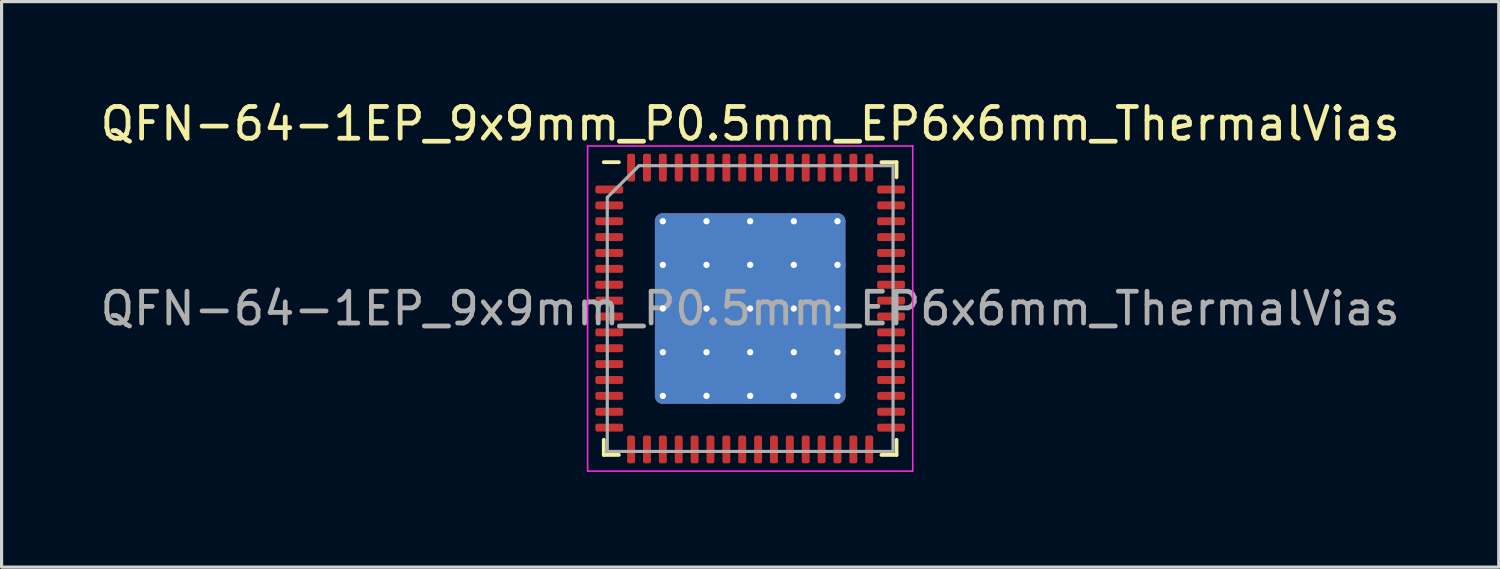
<source format=kicad_pcb>
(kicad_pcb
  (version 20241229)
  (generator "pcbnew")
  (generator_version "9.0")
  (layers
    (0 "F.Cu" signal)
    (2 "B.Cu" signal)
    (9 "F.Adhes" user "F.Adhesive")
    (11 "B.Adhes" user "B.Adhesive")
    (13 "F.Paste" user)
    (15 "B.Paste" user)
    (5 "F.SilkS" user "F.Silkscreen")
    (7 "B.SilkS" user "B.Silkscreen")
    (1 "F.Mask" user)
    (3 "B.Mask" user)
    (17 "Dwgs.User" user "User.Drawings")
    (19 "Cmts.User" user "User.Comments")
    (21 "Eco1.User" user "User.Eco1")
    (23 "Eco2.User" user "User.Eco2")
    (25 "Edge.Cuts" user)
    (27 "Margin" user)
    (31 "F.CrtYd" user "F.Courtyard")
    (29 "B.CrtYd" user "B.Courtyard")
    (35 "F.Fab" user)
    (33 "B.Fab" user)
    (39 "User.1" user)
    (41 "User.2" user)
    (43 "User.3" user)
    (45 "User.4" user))
  (footprint "QFN-64-1EP_9x9mm_P0.5mm_EP6x6mm_ThermalVias"
    (layer "F.Cu")
    (at 20.577 6.668)
    (property "Reference" "QFN-64-1EP_9x9mm_P0.5mm_EP6x6mm_ThermalVias" (at 0 -5.82 0) (layer "F.SilkS") (effects (font (size 1 1) (thickness 0.15))))
    (attr smd)
    (fp_line (start -4.61 4.61) (end -4.61 4.135) (stroke (width 0.12) (type solid)) (layer "F.SilkS"))
    (fp_line (start -4.135 -4.61) (end -4.61 -4.61) (stroke (width 0.12) (type solid)) (layer "F.SilkS"))
    (fp_line (start -4.135 4.61) (end -4.61 4.61) (stroke (width 0.12) (type solid)) (layer "F.SilkS"))
    (fp_line (start 4.135 -4.61) (end 4.61 -4.61) (stroke (width 0.12) (type solid)) (layer "F.SilkS"))
    (fp_line (start 4.135 4.61) (end 4.61 4.61) (stroke (width 0.12) (type solid)) (layer "F.SilkS"))
    (fp_line (start 4.61 -4.61) (end 4.61 -4.135) (stroke (width 0.12) (type solid)) (layer "F.SilkS"))
    (fp_line (start 4.61 4.61) (end 4.61 4.135) (stroke (width 0.12) (type solid)) (layer "F.SilkS"))
    (fp_line (start -5.12 -5.12) (end -5.12 5.12) (stroke (width 0.05) (type solid)) (layer "F.CrtYd"))
    (fp_line (start -5.12 5.12) (end 5.12 5.12) (stroke (width 0.05) (type solid)) (layer "F.CrtYd"))
    (fp_line (start 5.12 -5.12) (end -5.12 -5.12) (stroke (width 0.05) (type solid)) (layer "F.CrtYd"))
    (fp_line (start 5.12 5.12) (end 5.12 -5.12) (stroke (width 0.05) (type solid)) (layer "F.CrtYd"))
    (fp_line (start -4.5 -3.5) (end -3.5 -4.5) (stroke (width 0.1) (type solid)) (layer "F.Fab"))
    (fp_line (start -4.5 4.5) (end -4.5 -3.5) (stroke (width 0.1) (type solid)) (layer "F.Fab"))
    (fp_line (start -3.5 -4.5) (end 4.5 -4.5) (stroke (width 0.1) (type solid)) (layer "F.Fab"))
    (fp_line (start 4.5 -4.5) (end 4.5 4.5) (stroke (width 0.1) (type solid)) (layer "F.Fab"))
    (fp_line (start 4.5 4.5) (end -4.5 4.5) (stroke (width 0.1) (type solid)) (layer "F.Fab"))
    (fp_text user "${REFERENCE}" (at 0 0 0) (layer "F.Fab") (effects (font (size 1 1) (thickness 0.15))))
    (pad "" smd roundrect (at -2.062 -2.062) (size 1.209 1.209) (layers "F.Paste") (roundrect_rratio 0.207))
    (pad "" smd roundrect (at -2.062 -0.688) (size 1.209 1.209) (layers "F.Paste") (roundrect_rratio 0.207))
    (pad "" smd roundrect (at -2.062 0.688) (size 1.209 1.209) (layers "F.Paste") (roundrect_rratio 0.207))
    (pad "" smd roundrect (at -2.062 2.062) (size 1.209 1.209) (layers "F.Paste") (roundrect_rratio 0.207))
    (pad "" smd roundrect (at -0.688 -2.062) (size 1.209 1.209) (layers "F.Paste") (roundrect_rratio 0.207))
    (pad "" smd roundrect (at -0.688 -0.688) (size 1.209 1.209) (layers "F.Paste") (roundrect_rratio 0.207))
    (pad "" smd roundrect (at -0.688 0.688) (size 1.209 1.209) (layers "F.Paste") (roundrect_rratio 0.207))
    (pad "" smd roundrect (at -0.688 2.062) (size 1.209 1.209) (layers "F.Paste") (roundrect_rratio 0.207))
    (pad "" smd roundrect (at 0.688 -2.062) (size 1.209 1.209) (layers "F.Paste") (roundrect_rratio 0.207))
    (pad "" smd roundrect (at 0.688 -0.688) (size 1.209 1.209) (layers "F.Paste") (roundrect_rratio 0.207))
    (pad "" smd roundrect (at 0.688 0.688) (size 1.209 1.209) (layers "F.Paste") (roundrect_rratio 0.207))
    (pad "" smd roundrect (at 0.688 2.062) (size 1.209 1.209) (layers "F.Paste") (roundrect_rratio 0.207))
    (pad "" smd roundrect (at 2.062 -2.062) (size 1.209 1.209) (layers "F.Paste") (roundrect_rratio 0.207))
    (pad "" smd roundrect (at 2.062 -0.688) (size 1.209 1.209) (layers "F.Paste") (roundrect_rratio 0.207))
    (pad "" smd roundrect (at 2.062 0.688) (size 1.209 1.209) (layers "F.Paste") (roundrect_rratio 0.207))
    (pad "" smd roundrect (at 2.062 2.062) (size 1.209 1.209) (layers "F.Paste") (roundrect_rratio 0.207))
    (pad "1" smd roundrect (at -4.438 -3.75) (size 0.875 0.25) (layers "F.Cu" "F.Mask" "F.Paste") (roundrect_rratio 0.25))
    (pad "2" smd roundrect (at -4.438 -3.25) (size 0.875 0.25) (layers "F.Cu" "F.Mask" "F.Paste") (roundrect_rratio 0.25))
    (pad "3" smd roundrect (at -4.438 -2.75) (size 0.875 0.25) (layers "F.Cu" "F.Mask" "F.Paste") (roundrect_rratio 0.25))
    (pad "4" smd roundrect (at -4.438 -2.25) (size 0.875 0.25) (layers "F.Cu" "F.Mask" "F.Paste") (roundrect_rratio 0.25))
    (pad "5" smd roundrect (at -4.438 -1.75) (size 0.875 0.25) (layers "F.Cu" "F.Mask" "F.Paste") (roundrect_rratio 0.25))
    (pad "6" smd roundrect (at -4.438 -1.25) (size 0.875 0.25) (layers "F.Cu" "F.Mask" "F.Paste") (roundrect_rratio 0.25))
    (pad "7" smd roundrect (at -4.438 -0.75) (size 0.875 0.25) (layers "F.Cu" "F.Mask" "F.Paste") (roundrect_rratio 0.25))
    (pad "8" smd roundrect (at -4.438 -0.25) (size 0.875 0.25) (layers "F.Cu" "F.Mask" "F.Paste") (roundrect_rratio 0.25))
    (pad "9" smd roundrect (at -4.438 0.25) (size 0.875 0.25) (layers "F.Cu" "F.Mask" "F.Paste") (roundrect_rratio 0.25))
    (pad "10" smd roundrect (at -4.438 0.75) (size 0.875 0.25) (layers "F.Cu" "F.Mask" "F.Paste") (roundrect_rratio 0.25))
    (pad "11" smd roundrect (at -4.438 1.25) (size 0.875 0.25) (layers "F.Cu" "F.Mask" "F.Paste") (roundrect_rratio 0.25))
    (pad "12" smd roundrect (at -4.438 1.75) (size 0.875 0.25) (layers "F.Cu" "F.Mask" "F.Paste") (roundrect_rratio 0.25))
    (pad "13" smd roundrect (at -4.438 2.25) (size 0.875 0.25) (layers "F.Cu" "F.Mask" "F.Paste") (roundrect_rratio 0.25))
    (pad "14" smd roundrect (at -4.438 2.75) (size 0.875 0.25) (layers "F.Cu" "F.Mask" "F.Paste") (roundrect_rratio 0.25))
    (pad "15" smd roundrect (at -4.438 3.25) (size 0.875 0.25) (layers "F.Cu" "F.Mask" "F.Paste") (roundrect_rratio 0.25))
    (pad "16" smd roundrect (at -4.438 3.75) (size 0.875 0.25) (layers "F.Cu" "F.Mask" "F.Paste") (roundrect_rratio 0.25))
    (pad "17" smd roundrect (at -3.75 4.438) (size 0.25 0.875) (layers "F.Cu" "F.Mask" "F.Paste") (roundrect_rratio 0.25))
    (pad "18" smd roundrect (at -3.25 4.438) (size 0.25 0.875) (layers "F.Cu" "F.Mask" "F.Paste") (roundrect_rratio 0.25))
    (pad "19" smd roundrect (at -2.75 4.438) (size 0.25 0.875) (layers "F.Cu" "F.Mask" "F.Paste") (roundrect_rratio 0.25))
    (pad "20" smd roundrect (at -2.25 4.438) (size 0.25 0.875) (layers "F.Cu" "F.Mask" "F.Paste") (roundrect_rratio 0.25))
    (pad "21" smd roundrect (at -1.75 4.438) (size 0.25 0.875) (layers "F.Cu" "F.Mask" "F.Paste") (roundrect_rratio 0.25))
    (pad "22" smd roundrect (at -1.25 4.438) (size 0.25 0.875) (layers "F.Cu" "F.Mask" "F.Paste") (roundrect_rratio 0.25))
    (pad "23" smd roundrect (at -0.75 4.438) (size 0.25 0.875) (layers "F.Cu" "F.Mask" "F.Paste") (roundrect_rratio 0.25))
    (pad "24" smd roundrect (at -0.25 4.438) (size 0.25 0.875) (layers "F.Cu" "F.Mask" "F.Paste") (roundrect_rratio 0.25))
    (pad "25" smd roundrect (at 0.25 4.438) (size 0.25 0.875) (layers "F.Cu" "F.Mask" "F.Paste") (roundrect_rratio 0.25))
    (pad "26" smd roundrect (at 0.75 4.438) (size 0.25 0.875) (layers "F.Cu" "F.Mask" "F.Paste") (roundrect_rratio 0.25))
    (pad "27" smd roundrect (at 1.25 4.438) (size 0.25 0.875) (layers "F.Cu" "F.Mask" "F.Paste") (roundrect_rratio 0.25))
    (pad "28" smd roundrect (at 1.75 4.438) (size 0.25 0.875) (layers "F.Cu" "F.Mask" "F.Paste") (roundrect_rratio 0.25))
    (pad "29" smd roundrect (at 2.25 4.438) (size 0.25 0.875) (layers "F.Cu" "F.Mask" "F.Paste") (roundrect_rratio 0.25))
    (pad "30" smd roundrect (at 2.75 4.438) (size 0.25 0.875) (layers "F.Cu" "F.Mask" "F.Paste") (roundrect_rratio 0.25))
    (pad "31" smd roundrect (at 3.25 4.438) (size 0.25 0.875) (layers "F.Cu" "F.Mask" "F.Paste") (roundrect_rratio 0.25))
    (pad "32" smd roundrect (at 3.75 4.438) (size 0.25 0.875) (layers "F.Cu" "F.Mask" "F.Paste") (roundrect_rratio 0.25))
    (pad "33" smd roundrect (at 4.438 3.75) (size 0.875 0.25) (layers "F.Cu" "F.Mask" "F.Paste") (roundrect_rratio 0.25))
    (pad "34" smd roundrect (at 4.438 3.25) (size 0.875 0.25) (layers "F.Cu" "F.Mask" "F.Paste") (roundrect_rratio 0.25))
    (pad "35" smd roundrect (at 4.438 2.75) (size 0.875 0.25) (layers "F.Cu" "F.Mask" "F.Paste") (roundrect_rratio 0.25))
    (pad "36" smd roundrect (at 4.438 2.25) (size 0.875 0.25) (layers "F.Cu" "F.Mask" "F.Paste") (roundrect_rratio 0.25))
    (pad "37" smd roundrect (at 4.438 1.75) (size 0.875 0.25) (layers "F.Cu" "F.Mask" "F.Paste") (roundrect_rratio 0.25))
    (pad "38" smd roundrect (at 4.438 1.25) (size 0.875 0.25) (layers "F.Cu" "F.Mask" "F.Paste") (roundrect_rratio 0.25))
    (pad "39" smd roundrect (at 4.438 0.75) (size 0.875 0.25) (layers "F.Cu" "F.Mask" "F.Paste") (roundrect_rratio 0.25))
    (pad "40" smd roundrect (at 4.438 0.25) (size 0.875 0.25) (layers "F.Cu" "F.Mask" "F.Paste") (roundrect_rratio 0.25))
    (pad "41" smd roundrect (at 4.438 -0.25) (size 0.875 0.25) (layers "F.Cu" "F.Mask" "F.Paste") (roundrect_rratio 0.25))
    (pad "42" smd roundrect (at 4.438 -0.75) (size 0.875 0.25) (layers "F.Cu" "F.Mask" "F.Paste") (roundrect_rratio 0.25))
    (pad "43" smd roundrect (at 4.438 -1.25) (size 0.875 0.25) (layers "F.Cu" "F.Mask" "F.Paste") (roundrect_rratio 0.25))
    (pad "44" smd roundrect (at 4.438 -1.75) (size 0.875 0.25) (layers "F.Cu" "F.Mask" "F.Paste") (roundrect_rratio 0.25))
    (pad "45" smd roundrect (at 4.438 -2.25) (size 0.875 0.25) (layers "F.Cu" "F.Mask" "F.Paste") (roundrect_rratio 0.25))
    (pad "46" smd roundrect (at 4.438 -2.75) (size 0.875 0.25) (layers "F.Cu" "F.Mask" "F.Paste") (roundrect_rratio 0.25))
    (pad "47" smd roundrect (at 4.438 -3.25) (size 0.875 0.25) (layers "F.Cu" "F.Mask" "F.Paste") (roundrect_rratio 0.25))
    (pad "48" smd roundrect (at 4.438 -3.75) (size 0.875 0.25) (layers "F.Cu" "F.Mask" "F.Paste") (roundrect_rratio 0.25))
    (pad "49" smd roundrect (at 3.75 -4.438) (size 0.25 0.875) (layers "F.Cu" "F.Mask" "F.Paste") (roundrect_rratio 0.25))
    (pad "50" smd roundrect (at 3.25 -4.438) (size 0.25 0.875) (layers "F.Cu" "F.Mask" "F.Paste") (roundrect_rratio 0.25))
    (pad "51" smd roundrect (at 2.75 -4.438) (size 0.25 0.875) (layers "F.Cu" "F.Mask" "F.Paste") (roundrect_rratio 0.25))
    (pad "52" smd roundrect (at 2.25 -4.438) (size 0.25 0.875) (layers "F.Cu" "F.Mask" "F.Paste") (roundrect_rratio 0.25))
    (pad "53" smd roundrect (at 1.75 -4.438) (size 0.25 0.875) (layers "F.Cu" "F.Mask" "F.Paste") (roundrect_rratio 0.25))
    (pad "54" smd roundrect (at 1.25 -4.438) (size 0.25 0.875) (layers "F.Cu" "F.Mask" "F.Paste") (roundrect_rratio 0.25))
    (pad "55" smd roundrect (at 0.75 -4.438) (size 0.25 0.875) (layers "F.Cu" "F.Mask" "F.Paste") (roundrect_rratio 0.25))
    (pad "56" smd roundrect (at 0.25 -4.438) (size 0.25 0.875) (layers "F.Cu" "F.Mask" "F.Paste") (roundrect_rratio 0.25))
    (pad "57" smd roundrect (at -0.25 -4.438) (size 0.25 0.875) (layers "F.Cu" "F.Mask" "F.Paste") (roundrect_rratio 0.25))
    (pad "58" smd roundrect (at -0.75 -4.438) (size 0.25 0.875) (layers "F.Cu" "F.Mask" "F.Paste") (roundrect_rratio 0.25))
    (pad "59" smd roundrect (at -1.25 -4.438) (size 0.25 0.875) (layers "F.Cu" "F.Mask" "F.Paste") (roundrect_rratio 0.25))
    (pad "60" smd roundrect (at -1.75 -4.438) (size 0.25 0.875) (layers "F.Cu" "F.Mask" "F.Paste") (roundrect_rratio 0.25))
    (pad "61" smd roundrect (at -2.25 -4.438) (size 0.25 0.875) (layers "F.Cu" "F.Mask" "F.Paste") (roundrect_rratio 0.25))
    (pad "62" smd roundrect (at -2.75 -4.438) (size 0.25 0.875) (layers "F.Cu" "F.Mask" "F.Paste") (roundrect_rratio 0.25))
    (pad "63" smd roundrect (at -3.25 -4.438) (size 0.25 0.875) (layers "F.Cu" "F.Mask" "F.Paste") (roundrect_rratio 0.25))
    (pad "64" smd roundrect (at -3.75 -4.438) (size 0.25 0.875) (layers "F.Cu" "F.Mask" "F.Paste") (roundrect_rratio 0.25))
    (pad "65" thru_hole circle (at -2.75 -2.75) (size 0.5 0.5) (drill 0.2) (layers "*.Cu"))
    (pad "65" thru_hole circle (at -2.75 -1.375) (size 0.5 0.5) (drill 0.2) (layers "*.Cu"))
    (pad "65" thru_hole circle (at -2.75 0) (size 0.5 0.5) (drill 0.2) (layers "*.Cu"))
    (pad "65" thru_hole circle (at -2.75 1.375) (size 0.5 0.5) (drill 0.2) (layers "*.Cu"))
    (pad "65" thru_hole circle (at -2.75 2.75) (size 0.5 0.5) (drill 0.2) (layers "*.Cu"))
    (pad "65" thru_hole circle (at -1.375 -2.75) (size 0.5 0.5) (drill 0.2) (layers "*.Cu"))
    (pad "65" thru_hole circle (at -1.375 -1.375) (size 0.5 0.5) (drill 0.2) (layers "*.Cu"))
    (pad "65" thru_hole circle (at -1.375 0) (size 0.5 0.5) (drill 0.2) (layers "*.Cu"))
    (pad "65" thru_hole circle (at -1.375 1.375) (size 0.5 0.5) (drill 0.2) (layers "*.Cu"))
    (pad "65" thru_hole circle (at -1.375 2.75) (size 0.5 0.5) (drill 0.2) (layers "*.Cu"))
    (pad "65" thru_hole circle (at 0 -2.75) (size 0.5 0.5) (drill 0.2) (layers "*.Cu"))
    (pad "65" thru_hole circle (at 0 -1.375) (size 0.5 0.5) (drill 0.2) (layers "*.Cu"))
    (pad "65" thru_hole circle (at 0 0) (size 0.5 0.5) (drill 0.2) (layers "*.Cu"))
    (pad "65" smd roundrect (at 0 0) (size 6 6) (layers "F.Cu" "F.Mask") (roundrect_rratio 0.042))
    (pad "65" smd roundrect (at 0 0) (size 6 6) (layers "B.Cu") (roundrect_rratio 0.042))
    (pad "65" thru_hole circle (at 0 1.375) (size 0.5 0.5) (drill 0.2) (layers "*.Cu"))
    (pad "65" thru_hole circle (at 0 2.75) (size 0.5 0.5) (drill 0.2) (layers "*.Cu"))
    (pad "65" thru_hole circle (at 1.375 -2.75) (size 0.5 0.5) (drill 0.2) (layers "*.Cu"))
    (pad "65" thru_hole circle (at 1.375 -1.375) (size 0.5 0.5) (drill 0.2) (layers "*.Cu"))
    (pad "65" thru_hole circle (at 1.375 0) (size 0.5 0.5) (drill 0.2) (layers "*.Cu"))
    (pad "65" thru_hole circle (at 1.375 1.375) (size 0.5 0.5) (drill 0.2) (layers "*.Cu"))
    (pad "65" thru_hole circle (at 1.375 2.75) (size 0.5 0.5) (drill 0.2) (layers "*.Cu"))
    (pad "65" thru_hole circle (at 2.75 -2.75) (size 0.5 0.5) (drill 0.2) (layers "*.Cu"))
    (pad "65" thru_hole circle (at 2.75 -1.375) (size 0.5 0.5) (drill 0.2) (layers "*.Cu"))
    (pad "65" thru_hole circle (at 2.75 0) (size 0.5 0.5) (drill 0.2) (layers "*.Cu"))
    (pad "65" thru_hole circle (at 2.75 1.375) (size 0.5 0.5) (drill 0.2) (layers "*.Cu"))
    (pad "65" thru_hole circle (at 2.75 2.75) (size 0.5 0.5) (drill 0.2) (layers "*.Cu")))
  (gr_rect
    (start -3 -3)
    (end 44.155 14.813)
    (stroke (width 0.1) (type default))
    (fill no)
    (layer "Edge.Cuts")))
</source>
